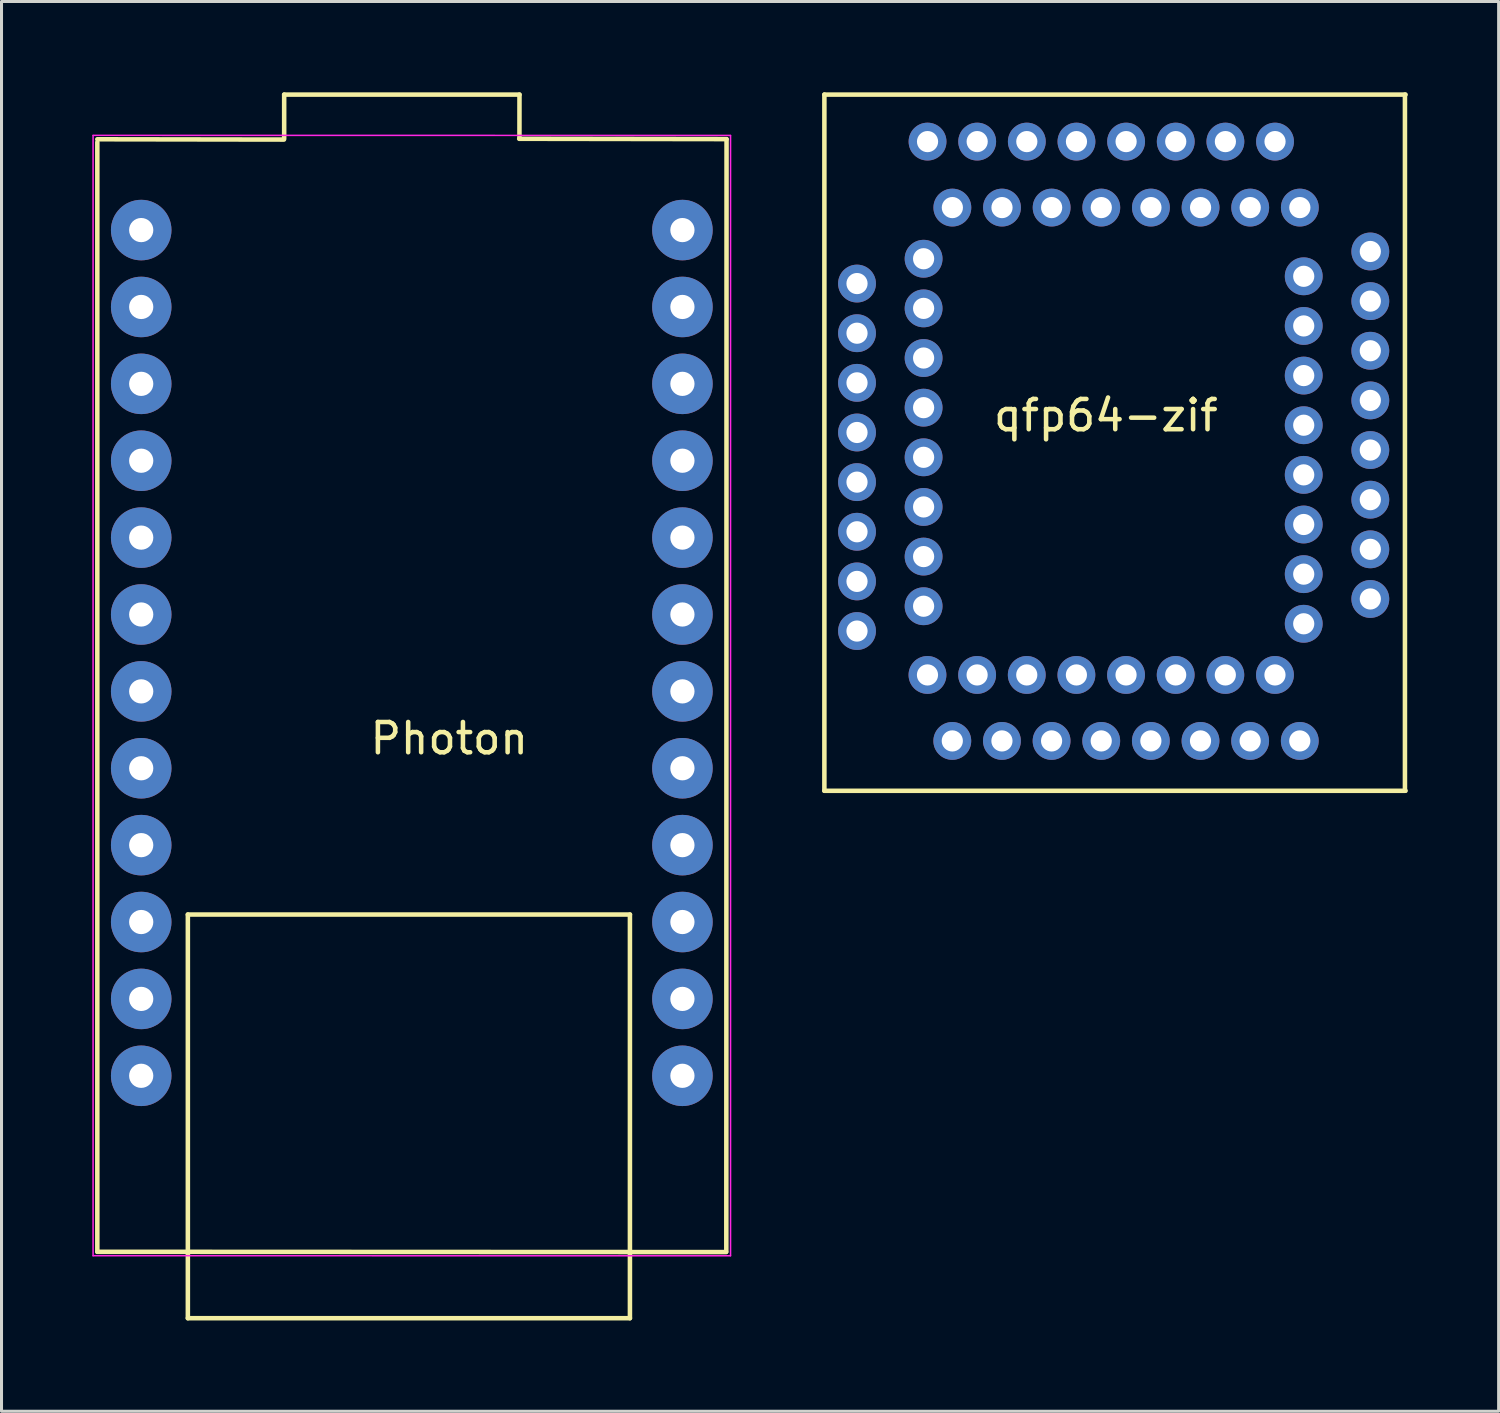
<source format=kicad_pcb>
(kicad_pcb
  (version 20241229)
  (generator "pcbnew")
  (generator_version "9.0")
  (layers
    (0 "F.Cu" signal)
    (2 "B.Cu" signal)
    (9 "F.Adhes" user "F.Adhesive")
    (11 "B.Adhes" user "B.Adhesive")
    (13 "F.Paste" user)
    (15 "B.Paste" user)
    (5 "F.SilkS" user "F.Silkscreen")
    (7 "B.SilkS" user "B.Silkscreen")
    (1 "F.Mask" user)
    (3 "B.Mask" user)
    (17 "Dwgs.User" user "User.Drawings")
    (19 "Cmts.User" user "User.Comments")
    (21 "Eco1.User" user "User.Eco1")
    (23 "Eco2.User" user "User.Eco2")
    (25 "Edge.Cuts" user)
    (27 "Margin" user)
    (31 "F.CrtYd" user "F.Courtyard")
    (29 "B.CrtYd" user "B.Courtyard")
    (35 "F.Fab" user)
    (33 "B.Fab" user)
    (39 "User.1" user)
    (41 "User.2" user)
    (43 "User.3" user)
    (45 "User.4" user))
  (footprint "qfp64-zif"
    (layer "F.Cu")
    (at 33.385 12.075)
    (property "Reference" "qfp64-zif" (at 0.1 -1.4 0) (layer "F.SilkS") (effects (font (size 1 1) (thickness 0.15))))
    (attr through_hole)
    (fp_line (start -9.2 -12) (end -9.2 11) (stroke (width 0.15) (type solid)) (layer "F.SilkS"))
    (fp_line (start -9.2 11) (end 10 11) (stroke (width 0.15) (type solid)) (layer "F.SilkS"))
    (fp_line (start 9.98 11) (end 9.98 -12) (stroke (width 0.15) (type solid)) (layer "F.SilkS"))
    (fp_line (start 10 -12) (end -9.2 -12) (stroke (width 0.15) (type solid)) (layer "F.SilkS"))
    (pad "1" thru_hole circle (at -5.922 -6.577) (size 1.25 1.25) (drill 0.7) (layers "*.Cu" "*.Mask"))
    (pad "2" thru_hole circle (at -8.122 -5.757) (size 1.25 1.25) (drill 0.7) (layers "*.Cu" "*.Mask"))
    (pad "3" thru_hole circle (at -5.922 -4.937) (size 1.25 1.25) (drill 0.7) (layers "*.Cu" "*.Mask"))
    (pad "4" thru_hole circle (at -8.122 -4.117) (size 1.25 1.25) (drill 0.7) (layers "*.Cu" "*.Mask"))
    (pad "5" thru_hole circle (at -5.922 -3.297) (size 1.25 1.25) (drill 0.7) (layers "*.Cu" "*.Mask"))
    (pad "6" thru_hole circle (at -8.122 -2.477) (size 1.25 1.25) (drill 0.7) (layers "*.Cu" "*.Mask"))
    (pad "7" thru_hole circle (at -5.922 -1.657) (size 1.25 1.25) (drill 0.7) (layers "*.Cu" "*.Mask"))
    (pad "8" thru_hole circle (at -8.122 -0.837) (size 1.25 1.25) (drill 0.7) (layers "*.Cu" "*.Mask"))
    (pad "9" thru_hole circle (at -5.922 -0.017) (size 1.25 1.25) (drill 0.7) (layers "*.Cu" "*.Mask"))
    (pad "10" thru_hole circle (at -8.122 0.803) (size 1.25 1.25) (drill 0.7) (layers "*.Cu" "*.Mask"))
    (pad "11" thru_hole circle (at -5.922 1.623) (size 1.25 1.25) (drill 0.7) (layers "*.Cu" "*.Mask"))
    (pad "12" thru_hole circle (at -8.122 2.443) (size 1.25 1.25) (drill 0.7) (layers "*.Cu" "*.Mask"))
    (pad "13" thru_hole circle (at -5.922 3.263) (size 1.25 1.25) (drill 0.7) (layers "*.Cu" "*.Mask"))
    (pad "14" thru_hole circle (at -8.122 4.083) (size 1.25 1.25) (drill 0.7) (layers "*.Cu" "*.Mask"))
    (pad "15" thru_hole circle (at -5.922 4.903) (size 1.25 1.25) (drill 0.7) (layers "*.Cu" "*.Mask"))
    (pad "16" thru_hole circle (at -8.122 5.723) (size 1.25 1.25) (drill 0.7) (layers "*.Cu" "*.Mask"))
    (pad "17" thru_hole circle (at -5.794 7.173) (size 1.25 1.25) (drill 0.7) (layers "*.Cu" "*.Mask"))
    (pad "18" thru_hole circle (at -4.974 9.353) (size 1.25 1.25) (drill 0.7) (layers "*.Cu" "*.Mask"))
    (pad "19" thru_hole circle (at -4.154 7.173) (size 1.25 1.25) (drill 0.7) (layers "*.Cu" "*.Mask"))
    (pad "20" thru_hole circle (at -3.334 9.353) (size 1.25 1.25) (drill 0.7) (layers "*.Cu" "*.Mask"))
    (pad "21" thru_hole circle (at -2.514 7.173) (size 1.25 1.25) (drill 0.7) (layers "*.Cu" "*.Mask"))
    (pad "22" thru_hole circle (at -1.694 9.353) (size 1.25 1.25) (drill 0.7) (layers "*.Cu" "*.Mask"))
    (pad "23" thru_hole circle (at -0.874 7.173) (size 1.25 1.25) (drill 0.7) (layers "*.Cu" "*.Mask"))
    (pad "24" thru_hole circle (at -0.054 9.353) (size 1.25 1.25) (drill 0.7) (layers "*.Cu" "*.Mask"))
    (pad "25" thru_hole circle (at 0.766 7.173) (size 1.25 1.25) (drill 0.7) (layers "*.Cu" "*.Mask"))
    (pad "26" thru_hole circle (at 1.586 9.353) (size 1.25 1.25) (drill 0.7) (layers "*.Cu" "*.Mask"))
    (pad "27" thru_hole circle (at 2.406 7.173) (size 1.25 1.25) (drill 0.7) (layers "*.Cu" "*.Mask"))
    (pad "28" thru_hole circle (at 3.226 9.353) (size 1.25 1.25) (drill 0.7) (layers "*.Cu" "*.Mask"))
    (pad "29" thru_hole circle (at 4.046 7.173) (size 1.25 1.25) (drill 0.7) (layers "*.Cu" "*.Mask"))
    (pad "30" thru_hole circle (at 4.866 9.353) (size 1.25 1.25) (drill 0.7) (layers "*.Cu" "*.Mask"))
    (pad "31" thru_hole circle (at 5.686 7.173) (size 1.25 1.25) (drill 0.7) (layers "*.Cu" "*.Mask"))
    (pad "32" thru_hole circle (at 6.506 9.353) (size 1.25 1.25) (drill 0.7) (layers "*.Cu" "*.Mask"))
    (pad "33" thru_hole circle (at 6.636 5.483) (size 1.25 1.25) (drill 0.7) (layers "*.Cu" "*.Mask"))
    (pad "34" thru_hole circle (at 8.836 4.663) (size 1.25 1.25) (drill 0.7) (layers "*.Cu" "*.Mask"))
    (pad "35" thru_hole circle (at 6.636 3.843) (size 1.25 1.25) (drill 0.7) (layers "*.Cu" "*.Mask"))
    (pad "36" thru_hole circle (at 8.836 3.023) (size 1.25 1.25) (drill 0.7) (layers "*.Cu" "*.Mask"))
    (pad "37" thru_hole circle (at 6.636 2.203) (size 1.25 1.25) (drill 0.7) (layers "*.Cu" "*.Mask"))
    (pad "38" thru_hole circle (at 8.836 1.383) (size 1.25 1.25) (drill 0.7) (layers "*.Cu" "*.Mask"))
    (pad "39" thru_hole circle (at 6.636 0.563) (size 1.25 1.25) (drill 0.7) (layers "*.Cu" "*.Mask"))
    (pad "40" thru_hole circle (at 8.836 -0.257) (size 1.25 1.25) (drill 0.7) (layers "*.Cu" "*.Mask"))
    (pad "41" thru_hole circle (at 6.636 -1.077) (size 1.25 1.25) (drill 0.7) (layers "*.Cu" "*.Mask"))
    (pad "42" thru_hole circle (at 8.836 -1.897) (size 1.25 1.25) (drill 0.7) (layers "*.Cu" "*.Mask"))
    (pad "43" thru_hole circle (at 6.636 -2.717) (size 1.25 1.25) (drill 0.7) (layers "*.Cu" "*.Mask"))
    (pad "44" thru_hole circle (at 8.836 -3.537) (size 1.25 1.25) (drill 0.7) (layers "*.Cu" "*.Mask"))
    (pad "45" thru_hole circle (at 6.636 -4.357) (size 1.25 1.25) (drill 0.7) (layers "*.Cu" "*.Mask"))
    (pad "46" thru_hole circle (at 8.836 -5.177) (size 1.25 1.25) (drill 0.7) (layers "*.Cu" "*.Mask"))
    (pad "47" thru_hole circle (at 6.636 -5.997) (size 1.25 1.25) (drill 0.7) (layers "*.Cu" "*.Mask"))
    (pad "48" thru_hole circle (at 8.836 -6.817) (size 1.25 1.25) (drill 0.7) (layers "*.Cu" "*.Mask"))
    (pad "49" thru_hole circle (at 6.508 -8.267) (size 1.25 1.25) (drill 0.7) (layers "*.Cu" "*.Mask"))
    (pad "50" thru_hole circle (at 5.688 -10.447) (size 1.25 1.25) (drill 0.7) (layers "*.Cu" "*.Mask"))
    (pad "51" thru_hole circle (at 4.868 -8.267) (size 1.25 1.25) (drill 0.7) (layers "*.Cu" "*.Mask"))
    (pad "52" thru_hole circle (at 4.048 -10.447) (size 1.25 1.25) (drill 0.7) (layers "*.Cu" "*.Mask"))
    (pad "53" thru_hole circle (at 3.228 -8.267) (size 1.25 1.25) (drill 0.7) (layers "*.Cu" "*.Mask"))
    (pad "54" thru_hole circle (at 2.408 -10.447) (size 1.25 1.25) (drill 0.7) (layers "*.Cu" "*.Mask"))
    (pad "55" thru_hole circle (at 1.588 -8.267) (size 1.25 1.25) (drill 0.7) (layers "*.Cu" "*.Mask"))
    (pad "56" thru_hole circle (at 0.768 -10.447) (size 1.25 1.25) (drill 0.7) (layers "*.Cu" "*.Mask"))
    (pad "57" thru_hole circle (at -0.052 -8.267) (size 1.25 1.25) (drill 0.7) (layers "*.Cu" "*.Mask"))
    (pad "58" thru_hole circle (at -0.872 -10.447) (size 1.25 1.25) (drill 0.7) (layers "*.Cu" "*.Mask"))
    (pad "59" thru_hole circle (at -1.692 -8.267) (size 1.25 1.25) (drill 0.7) (layers "*.Cu" "*.Mask"))
    (pad "60" thru_hole circle (at -2.512 -10.447) (size 1.25 1.25) (drill 0.7) (layers "*.Cu" "*.Mask"))
    (pad "61" thru_hole circle (at -3.332 -8.267) (size 1.25 1.25) (drill 0.7) (layers "*.Cu" "*.Mask"))
    (pad "62" thru_hole circle (at -4.152 -10.447) (size 1.25 1.25) (drill 0.7) (layers "*.Cu" "*.Mask"))
    (pad "63" thru_hole circle (at -4.972 -8.267) (size 1.25 1.25) (drill 0.7) (layers "*.Cu" "*.Mask"))
    (pad "64" thru_hole circle (at -5.792 -10.447) (size 1.25 1.25) (drill 0.7) (layers "*.Cu" "*.Mask")))
  (footprint "Photon"
    (layer "F.Cu")
    (at 10.166 18.147)
    (property "Reference" "Photon" (at 1.626 3.2 0) (layer "F.SilkS") (effects (font (size 1 1) (thickness 0.15))))
    (attr through_hole)
    (fp_line (start -10.001 20.158) (end 10.77 20.168) (stroke (width 0.15) (type solid)) (layer "F.SilkS"))
    (fp_line (start -10.001 -16.5) (end -10.001 20.158) (stroke (width 0.15) (type solid)) (layer "F.SilkS"))
    (fp_line (start -7.01 9.017) (end -7.01 22.352) (stroke (width 0.15) (type solid)) (layer "F.SilkS"))
    (fp_line (start -7.01 22.352) (end 7.595 22.352) (stroke (width 0.15) (type solid)) (layer "F.SilkS"))
    (fp_line (start -3.835 -16.586) (end -10.001 -16.596) (stroke (width 0.15) (type solid)) (layer "F.SilkS"))
    (fp_line (start -3.828 -18.071) (end -3.828 -16.621) (stroke (width 0.15) (type solid)) (layer "F.SilkS"))
    (fp_line (start 3.945 -18.071) (end -3.828 -18.071) (stroke (width 0.15) (type solid)) (layer "F.SilkS"))
    (fp_line (start 3.945 -16.621) (end 3.946 -18.072) (stroke (width 0.15) (type solid)) (layer "F.SilkS"))
    (fp_line (start 7.595 9.017) (end -7.01 9.017) (stroke (width 0.15) (type solid)) (layer "F.SilkS"))
    (fp_line (start 7.595 22.352) (end 7.595 9.017) (stroke (width 0.15) (type solid)) (layer "F.SilkS"))
    (fp_line (start 10.779 20.158) (end 10.787 -16.596) (stroke (width 0.15) (type solid)) (layer "F.SilkS"))
    (fp_line (start 10.787 -16.601) (end 3.937 -16.612) (stroke (width 0.15) (type solid)) (layer "F.SilkS"))
    (fp_line (start -10.141 -16.726) (end 10.917 -16.723) (stroke (width 0.05) (type solid)) (layer "F.CrtYd"))
    (fp_line (start -10.141 20.288) (end -10.141 -16.72) (stroke (width 0.05) (type solid)) (layer "F.CrtYd"))
    (fp_line (start 10.917 20.29) (end -10.141 20.288) (stroke (width 0.05) (type solid)) (layer "F.CrtYd"))
    (fp_line (start 10.919 -16.72) (end 10.919 20.288) (stroke (width 0.05) (type solid)) (layer "F.CrtYd"))
    (pad "1" thru_hole circle (at -8.551 -13.596 270) (size 2 2) (drill 0.8) (layers "*.Cu" "*.Mask"))
    (pad "2" thru_hole circle (at -8.551 -11.056 270) (size 2 2) (drill 0.8) (layers "*.Cu" "*.Mask"))
    (pad "3" thru_hole circle (at -8.551 -8.516 270) (size 2 2) (drill 0.8) (layers "*.Cu" "*.Mask"))
    (pad "4" thru_hole circle (at -8.551 -5.976 270) (size 2 2) (drill 0.8) (layers "*.Cu" "*.Mask"))
    (pad "5" thru_hole circle (at -8.551 -3.436 270) (size 2 2) (drill 0.8) (layers "*.Cu" "*.Mask"))
    (pad "6" thru_hole circle (at -8.551 -0.896 270) (size 2 2) (drill 0.8) (layers "*.Cu" "*.Mask"))
    (pad "7" thru_hole circle (at -8.551 1.644 270) (size 2 2) (drill 0.8) (layers "*.Cu" "*.Mask"))
    (pad "8" thru_hole circle (at -8.551 4.184 270) (size 2 2) (drill 0.8) (layers "*.Cu" "*.Mask"))
    (pad "9" thru_hole circle (at -8.551 6.724 270) (size 2 2) (drill 0.8) (layers "*.Cu" "*.Mask"))
    (pad "10" thru_hole circle (at -8.551 9.264 270) (size 2 2) (drill 0.8) (layers "*.Cu" "*.Mask"))
    (pad "11" thru_hole circle (at -8.551 11.804 270) (size 2 2) (drill 0.8) (layers "*.Cu" "*.Mask"))
    (pad "12" thru_hole circle (at -8.551 14.344 270) (size 2 2) (drill 0.8) (layers "*.Cu" "*.Mask"))
    (pad "13" thru_hole circle (at 9.329 14.344 270) (size 2 2) (drill 0.8) (layers "*.Cu" "*.Mask"))
    (pad "14" thru_hole circle (at 9.329 11.804 270) (size 2 2) (drill 0.8) (layers "*.Cu" "*.Mask"))
    (pad "15" thru_hole circle (at 9.329 9.264 270) (size 2 2) (drill 0.8) (layers "*.Cu" "*.Mask"))
    (pad "16" thru_hole circle (at 9.329 6.724 270) (size 2 2) (drill 0.8) (layers "*.Cu" "*.Mask"))
    (pad "17" thru_hole circle (at 9.329 4.184 270) (size 2 2) (drill 0.8) (layers "*.Cu" "*.Mask"))
    (pad "18" thru_hole circle (at 9.329 1.644 270) (size 2 2) (drill 0.8) (layers "*.Cu" "*.Mask"))
    (pad "19" thru_hole circle (at 9.329 -0.896 270) (size 2 2) (drill 0.8) (layers "*.Cu" "*.Mask"))
    (pad "20" thru_hole circle (at 9.329 -3.436 270) (size 2 2) (drill 0.8) (layers "*.Cu" "*.Mask"))
    (pad "21" thru_hole circle (at 9.329 -5.976 270) (size 2 2) (drill 0.8) (layers "*.Cu" "*.Mask"))
    (pad "22" thru_hole circle (at 9.329 -8.516 270) (size 2 2) (drill 0.8) (layers "*.Cu" "*.Mask"))
    (pad "23" thru_hole circle (at 9.329 -11.056 270) (size 2 2) (drill 0.8) (layers "*.Cu" "*.Mask"))
    (pad "24" thru_hole circle (at 9.329 -13.596 270) (size 2 2) (drill 0.8) (layers "*.Cu" "*.Mask")))
  (gr_rect
    (start -3 -3)
    (end 46.46 43.574)
    (stroke (width 0.1) (type default))
    (fill no)
    (layer "Edge.Cuts")))
</source>
